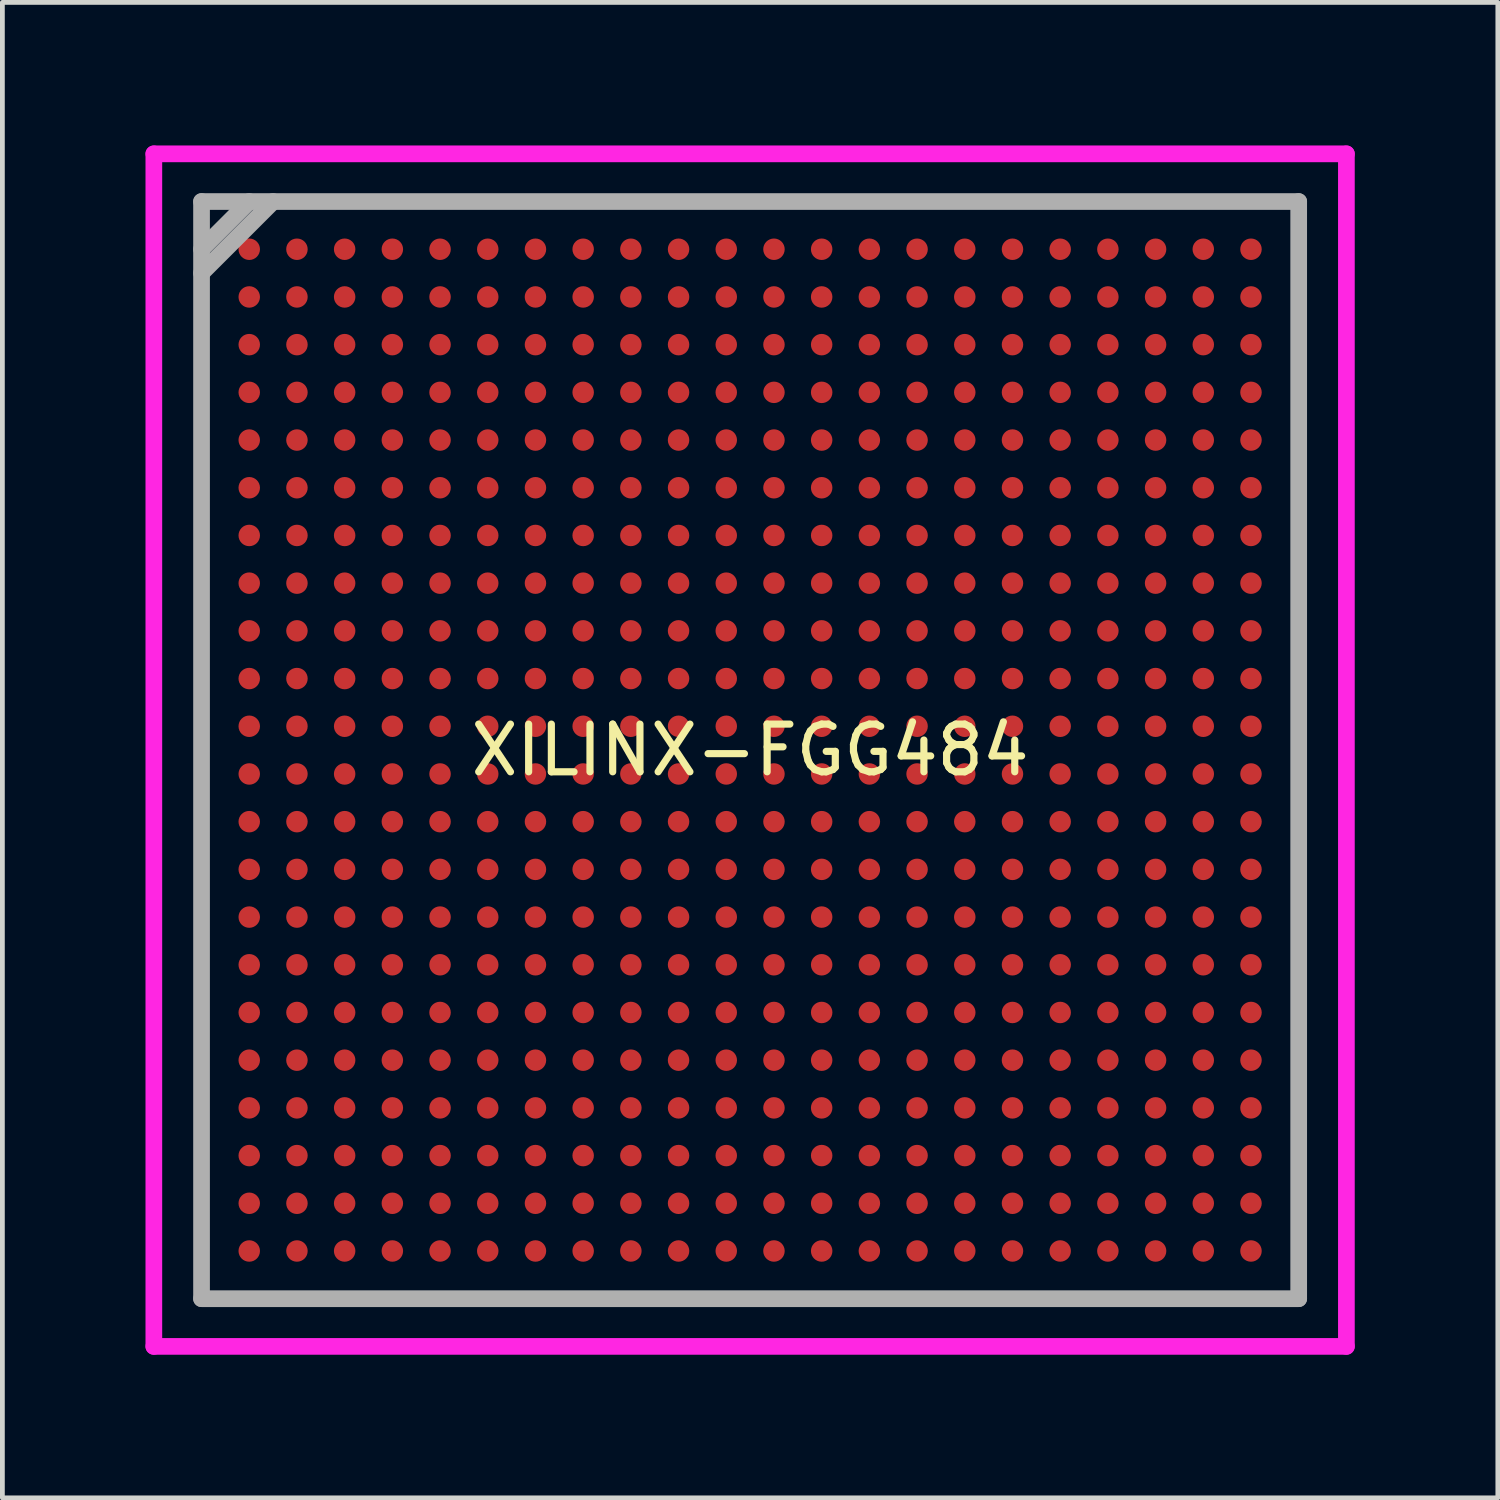
<source format=kicad_pcb>
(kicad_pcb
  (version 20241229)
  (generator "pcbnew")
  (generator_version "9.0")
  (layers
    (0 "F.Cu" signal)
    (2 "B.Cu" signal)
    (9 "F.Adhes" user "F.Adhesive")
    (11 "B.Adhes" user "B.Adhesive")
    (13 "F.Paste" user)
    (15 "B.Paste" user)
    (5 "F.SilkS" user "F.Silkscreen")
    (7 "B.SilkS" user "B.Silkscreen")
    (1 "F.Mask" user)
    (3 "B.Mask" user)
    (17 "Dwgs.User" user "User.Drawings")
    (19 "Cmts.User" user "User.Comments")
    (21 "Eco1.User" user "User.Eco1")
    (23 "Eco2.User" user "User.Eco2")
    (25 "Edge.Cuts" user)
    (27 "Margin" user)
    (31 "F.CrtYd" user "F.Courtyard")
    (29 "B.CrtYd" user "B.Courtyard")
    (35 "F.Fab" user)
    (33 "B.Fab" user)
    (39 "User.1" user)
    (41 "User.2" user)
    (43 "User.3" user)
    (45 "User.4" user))
  (footprint "XILINX-FGG484"
    (layer "F.Cu")
    (at 12.675 12.675)
    (property "Reference" "XILINX-FGG484" (at 0 0 0) (layer "F.SilkS") (effects (font (size 1 1) (thickness 0.15))))
    (attr smd)
    (fp_line (start -12.5 -12.5) (end 12.5 -12.5) (stroke (width 0.35) (type solid)) (layer "F.CrtYd"))
    (fp_line (start -12.5 12.5) (end -12.5 -12.5) (stroke (width 0.35) (type solid)) (layer "F.CrtYd"))
    (fp_line (start 12.5 -12.5) (end 12.5 12.5) (stroke (width 0.35) (type solid)) (layer "F.CrtYd"))
    (fp_line (start 12.5 12.5) (end -12.5 12.5) (stroke (width 0.35) (type solid)) (layer "F.CrtYd"))
    (fp_line (start -11.5 -11.5) (end 11.5 -11.5) (stroke (width 0.35) (type solid)) (layer "F.Fab"))
    (fp_line (start -11.5 -10.5) (end -10.5 -11.5) (stroke (width 0.35) (type solid)) (layer "F.Fab"))
    (fp_line (start -11.5 11.5) (end -11.5 -11.5) (stroke (width 0.35) (type solid)) (layer "F.Fab"))
    (fp_line (start -10 -11.5) (end -11.5 -10) (stroke (width 0.35) (type solid)) (layer "F.Fab"))
    (fp_line (start 11.5 -11.5) (end 11.5 11.5) (stroke (width 0.35) (type solid)) (layer "F.Fab"))
    (fp_line (start 11.5 11.5) (end -11.5 11.5) (stroke (width 0.35) (type solid)) (layer "F.Fab"))
    (pad "A1" smd circle (at -10.5 -10.5) (size 0.45 0.45) (layers "F.Cu" "F.Mask" "F.Paste"))
    (pad "A2" smd circle (at -9.5 -10.5) (size 0.45 0.45) (layers "F.Cu" "F.Mask" "F.Paste"))
    (pad "A3" smd circle (at -8.5 -10.5) (size 0.45 0.45) (layers "F.Cu" "F.Mask" "F.Paste"))
    (pad "A4" smd circle (at -7.5 -10.5) (size 0.45 0.45) (layers "F.Cu" "F.Mask" "F.Paste"))
    (pad "A5" smd circle (at -6.5 -10.5) (size 0.45 0.45) (layers "F.Cu" "F.Mask" "F.Paste"))
    (pad "A6" smd circle (at -5.5 -10.5) (size 0.45 0.45) (layers "F.Cu" "F.Mask" "F.Paste"))
    (pad "A7" smd circle (at -4.5 -10.5) (size 0.45 0.45) (layers "F.Cu" "F.Mask" "F.Paste"))
    (pad "A8" smd circle (at -3.5 -10.5) (size 0.45 0.45) (layers "F.Cu" "F.Mask" "F.Paste"))
    (pad "A9" smd circle (at -2.5 -10.5) (size 0.45 0.45) (layers "F.Cu" "F.Mask" "F.Paste"))
    (pad "A10" smd circle (at -1.5 -10.5) (size 0.45 0.45) (layers "F.Cu" "F.Mask" "F.Paste"))
    (pad "A11" smd circle (at -0.5 -10.5) (size 0.45 0.45) (layers "F.Cu" "F.Mask" "F.Paste"))
    (pad "A12" smd circle (at 0.5 -10.5) (size 0.45 0.45) (layers "F.Cu" "F.Mask" "F.Paste"))
    (pad "A13" smd circle (at 1.5 -10.5) (size 0.45 0.45) (layers "F.Cu" "F.Mask" "F.Paste"))
    (pad "A14" smd circle (at 2.5 -10.5) (size 0.45 0.45) (layers "F.Cu" "F.Mask" "F.Paste"))
    (pad "A15" smd circle (at 3.5 -10.5) (size 0.45 0.45) (layers "F.Cu" "F.Mask" "F.Paste"))
    (pad "A16" smd circle (at 4.5 -10.5) (size 0.45 0.45) (layers "F.Cu" "F.Mask" "F.Paste"))
    (pad "A17" smd circle (at 5.5 -10.5) (size 0.45 0.45) (layers "F.Cu" "F.Mask" "F.Paste"))
    (pad "A18" smd circle (at 6.5 -10.5) (size 0.45 0.45) (layers "F.Cu" "F.Mask" "F.Paste"))
    (pad "A19" smd circle (at 7.5 -10.5) (size 0.45 0.45) (layers "F.Cu" "F.Mask" "F.Paste"))
    (pad "A20" smd circle (at 8.5 -10.5) (size 0.45 0.45) (layers "F.Cu" "F.Mask" "F.Paste"))
    (pad "A21" smd circle (at 9.5 -10.5) (size 0.45 0.45) (layers "F.Cu" "F.Mask" "F.Paste"))
    (pad "A22" smd circle (at 10.5 -10.5) (size 0.45 0.45) (layers "F.Cu" "F.Mask" "F.Paste"))
    (pad "AA1" smd circle (at -10.5 9.5) (size 0.45 0.45) (layers "F.Cu" "F.Mask" "F.Paste"))
    (pad "AA2" smd circle (at -9.5 9.5) (size 0.45 0.45) (layers "F.Cu" "F.Mask" "F.Paste"))
    (pad "AA3" smd circle (at -8.5 9.5) (size 0.45 0.45) (layers "F.Cu" "F.Mask" "F.Paste"))
    (pad "AA4" smd circle (at -7.5 9.5) (size 0.45 0.45) (layers "F.Cu" "F.Mask" "F.Paste"))
    (pad "AA5" smd circle (at -6.5 9.5) (size 0.45 0.45) (layers "F.Cu" "F.Mask" "F.Paste"))
    (pad "AA6" smd circle (at -5.5 9.5) (size 0.45 0.45) (layers "F.Cu" "F.Mask" "F.Paste"))
    (pad "AA7" smd circle (at -4.5 9.5) (size 0.45 0.45) (layers "F.Cu" "F.Mask" "F.Paste"))
    (pad "AA8" smd circle (at -3.5 9.5) (size 0.45 0.45) (layers "F.Cu" "F.Mask" "F.Paste"))
    (pad "AA9" smd circle (at -2.5 9.5) (size 0.45 0.45) (layers "F.Cu" "F.Mask" "F.Paste"))
    (pad "AA10" smd circle (at -1.5 9.5) (size 0.45 0.45) (layers "F.Cu" "F.Mask" "F.Paste"))
    (pad "AA11" smd circle (at -0.5 9.5) (size 0.45 0.45) (layers "F.Cu" "F.Mask" "F.Paste"))
    (pad "AA12" smd circle (at 0.5 9.5) (size 0.45 0.45) (layers "F.Cu" "F.Mask" "F.Paste"))
    (pad "AA13" smd circle (at 1.5 9.5) (size 0.45 0.45) (layers "F.Cu" "F.Mask" "F.Paste"))
    (pad "AA14" smd circle (at 2.5 9.5) (size 0.45 0.45) (layers "F.Cu" "F.Mask" "F.Paste"))
    (pad "AA15" smd circle (at 3.5 9.5) (size 0.45 0.45) (layers "F.Cu" "F.Mask" "F.Paste"))
    (pad "AA16" smd circle (at 4.5 9.5) (size 0.45 0.45) (layers "F.Cu" "F.Mask" "F.Paste"))
    (pad "AA17" smd circle (at 5.5 9.5) (size 0.45 0.45) (layers "F.Cu" "F.Mask" "F.Paste"))
    (pad "AA18" smd circle (at 6.5 9.5) (size 0.45 0.45) (layers "F.Cu" "F.Mask" "F.Paste"))
    (pad "AA19" smd circle (at 7.5 9.5) (size 0.45 0.45) (layers "F.Cu" "F.Mask" "F.Paste"))
    (pad "AA20" smd circle (at 8.5 9.5) (size 0.45 0.45) (layers "F.Cu" "F.Mask" "F.Paste"))
    (pad "AA21" smd circle (at 9.5 9.5) (size 0.45 0.45) (layers "F.Cu" "F.Mask" "F.Paste"))
    (pad "AA22" smd circle (at 10.5 9.5) (size 0.45 0.45) (layers "F.Cu" "F.Mask" "F.Paste"))
    (pad "AB1" smd circle (at -10.5 10.5) (size 0.45 0.45) (layers "F.Cu" "F.Mask" "F.Paste"))
    (pad "AB2" smd circle (at -9.5 10.5) (size 0.45 0.45) (layers "F.Cu" "F.Mask" "F.Paste"))
    (pad "AB3" smd circle (at -8.5 10.5) (size 0.45 0.45) (layers "F.Cu" "F.Mask" "F.Paste"))
    (pad "AB4" smd circle (at -7.5 10.5) (size 0.45 0.45) (layers "F.Cu" "F.Mask" "F.Paste"))
    (pad "AB5" smd circle (at -6.5 10.5) (size 0.45 0.45) (layers "F.Cu" "F.Mask" "F.Paste"))
    (pad "AB6" smd circle (at -5.5 10.5) (size 0.45 0.45) (layers "F.Cu" "F.Mask" "F.Paste"))
    (pad "AB7" smd circle (at -4.5 10.5) (size 0.45 0.45) (layers "F.Cu" "F.Mask" "F.Paste"))
    (pad "AB8" smd circle (at -3.5 10.5) (size 0.45 0.45) (layers "F.Cu" "F.Mask" "F.Paste"))
    (pad "AB9" smd circle (at -2.5 10.5) (size 0.45 0.45) (layers "F.Cu" "F.Mask" "F.Paste"))
    (pad "AB10" smd circle (at -1.5 10.5) (size 0.45 0.45) (layers "F.Cu" "F.Mask" "F.Paste"))
    (pad "AB11" smd circle (at -0.5 10.5) (size 0.45 0.45) (layers "F.Cu" "F.Mask" "F.Paste"))
    (pad "AB12" smd circle (at 0.5 10.5) (size 0.45 0.45) (layers "F.Cu" "F.Mask" "F.Paste"))
    (pad "AB13" smd circle (at 1.5 10.5) (size 0.45 0.45) (layers "F.Cu" "F.Mask" "F.Paste"))
    (pad "AB14" smd circle (at 2.5 10.5) (size 0.45 0.45) (layers "F.Cu" "F.Mask" "F.Paste"))
    (pad "AB15" smd circle (at 3.5 10.5) (size 0.45 0.45) (layers "F.Cu" "F.Mask" "F.Paste"))
    (pad "AB16" smd circle (at 4.5 10.5) (size 0.45 0.45) (layers "F.Cu" "F.Mask" "F.Paste"))
    (pad "AB17" smd circle (at 5.5 10.5) (size 0.45 0.45) (layers "F.Cu" "F.Mask" "F.Paste"))
    (pad "AB18" smd circle (at 6.5 10.5) (size 0.45 0.45) (layers "F.Cu" "F.Mask" "F.Paste"))
    (pad "AB19" smd circle (at 7.5 10.5) (size 0.45 0.45) (layers "F.Cu" "F.Mask" "F.Paste"))
    (pad "AB20" smd circle (at 8.5 10.5) (size 0.45 0.45) (layers "F.Cu" "F.Mask" "F.Paste"))
    (pad "AB21" smd circle (at 9.5 10.5) (size 0.45 0.45) (layers "F.Cu" "F.Mask" "F.Paste"))
    (pad "AB22" smd circle (at 10.5 10.5) (size 0.45 0.45) (layers "F.Cu" "F.Mask" "F.Paste"))
    (pad "B1" smd circle (at -10.5 -9.5) (size 0.45 0.45) (layers "F.Cu" "F.Mask" "F.Paste"))
    (pad "B2" smd circle (at -9.5 -9.5) (size 0.45 0.45) (layers "F.Cu" "F.Mask" "F.Paste"))
    (pad "B3" smd circle (at -8.5 -9.5) (size 0.45 0.45) (layers "F.Cu" "F.Mask" "F.Paste"))
    (pad "B4" smd circle (at -7.5 -9.5) (size 0.45 0.45) (layers "F.Cu" "F.Mask" "F.Paste"))
    (pad "B5" smd circle (at -6.5 -9.5) (size 0.45 0.45) (layers "F.Cu" "F.Mask" "F.Paste"))
    (pad "B6" smd circle (at -5.5 -9.5) (size 0.45 0.45) (layers "F.Cu" "F.Mask" "F.Paste"))
    (pad "B7" smd circle (at -4.5 -9.5) (size 0.45 0.45) (layers "F.Cu" "F.Mask" "F.Paste"))
    (pad "B8" smd circle (at -3.5 -9.5) (size 0.45 0.45) (layers "F.Cu" "F.Mask" "F.Paste"))
    (pad "B9" smd circle (at -2.5 -9.5) (size 0.45 0.45) (layers "F.Cu" "F.Mask" "F.Paste"))
    (pad "B10" smd circle (at -1.5 -9.5) (size 0.45 0.45) (layers "F.Cu" "F.Mask" "F.Paste"))
    (pad "B11" smd circle (at -0.5 -9.5) (size 0.45 0.45) (layers "F.Cu" "F.Mask" "F.Paste"))
    (pad "B12" smd circle (at 0.5 -9.5) (size 0.45 0.45) (layers "F.Cu" "F.Mask" "F.Paste"))
    (pad "B13" smd circle (at 1.5 -9.5) (size 0.45 0.45) (layers "F.Cu" "F.Mask" "F.Paste"))
    (pad "B14" smd circle (at 2.5 -9.5) (size 0.45 0.45) (layers "F.Cu" "F.Mask" "F.Paste"))
    (pad "B15" smd circle (at 3.5 -9.5) (size 0.45 0.45) (layers "F.Cu" "F.Mask" "F.Paste"))
    (pad "B16" smd circle (at 4.5 -9.5) (size 0.45 0.45) (layers "F.Cu" "F.Mask" "F.Paste"))
    (pad "B17" smd circle (at 5.5 -9.5) (size 0.45 0.45) (layers "F.Cu" "F.Mask" "F.Paste"))
    (pad "B18" smd circle (at 6.5 -9.5) (size 0.45 0.45) (layers "F.Cu" "F.Mask" "F.Paste"))
    (pad "B19" smd circle (at 7.5 -9.5) (size 0.45 0.45) (layers "F.Cu" "F.Mask" "F.Paste"))
    (pad "B20" smd circle (at 8.5 -9.5) (size 0.45 0.45) (layers "F.Cu" "F.Mask" "F.Paste"))
    (pad "B21" smd circle (at 9.5 -9.5) (size 0.45 0.45) (layers "F.Cu" "F.Mask" "F.Paste"))
    (pad "B22" smd circle (at 10.5 -9.5) (size 0.45 0.45) (layers "F.Cu" "F.Mask" "F.Paste"))
    (pad "C1" smd circle (at -10.5 -8.5) (size 0.45 0.45) (layers "F.Cu" "F.Mask" "F.Paste"))
    (pad "C2" smd circle (at -9.5 -8.5) (size 0.45 0.45) (layers "F.Cu" "F.Mask" "F.Paste"))
    (pad "C3" smd circle (at -8.5 -8.5) (size 0.45 0.45) (layers "F.Cu" "F.Mask" "F.Paste"))
    (pad "C4" smd circle (at -7.5 -8.5) (size 0.45 0.45) (layers "F.Cu" "F.Mask" "F.Paste"))
    (pad "C5" smd circle (at -6.5 -8.5) (size 0.45 0.45) (layers "F.Cu" "F.Mask" "F.Paste"))
    (pad "C6" smd circle (at -5.5 -8.5) (size 0.45 0.45) (layers "F.Cu" "F.Mask" "F.Paste"))
    (pad "C7" smd circle (at -4.5 -8.5) (size 0.45 0.45) (layers "F.Cu" "F.Mask" "F.Paste"))
    (pad "C8" smd circle (at -3.5 -8.5) (size 0.45 0.45) (layers "F.Cu" "F.Mask" "F.Paste"))
    (pad "C9" smd circle (at -2.5 -8.5) (size 0.45 0.45) (layers "F.Cu" "F.Mask" "F.Paste"))
    (pad "C10" smd circle (at -1.5 -8.5) (size 0.45 0.45) (layers "F.Cu" "F.Mask" "F.Paste"))
    (pad "C11" smd circle (at -0.5 -8.5) (size 0.45 0.45) (layers "F.Cu" "F.Mask" "F.Paste"))
    (pad "C12" smd circle (at 0.5 -8.5) (size 0.45 0.45) (layers "F.Cu" "F.Mask" "F.Paste"))
    (pad "C13" smd circle (at 1.5 -8.5) (size 0.45 0.45) (layers "F.Cu" "F.Mask" "F.Paste"))
    (pad "C14" smd circle (at 2.5 -8.5) (size 0.45 0.45) (layers "F.Cu" "F.Mask" "F.Paste"))
    (pad "C15" smd circle (at 3.5 -8.5) (size 0.45 0.45) (layers "F.Cu" "F.Mask" "F.Paste"))
    (pad "C16" smd circle (at 4.5 -8.5) (size 0.45 0.45) (layers "F.Cu" "F.Mask" "F.Paste"))
    (pad "C17" smd circle (at 5.5 -8.5) (size 0.45 0.45) (layers "F.Cu" "F.Mask" "F.Paste"))
    (pad "C18" smd circle (at 6.5 -8.5) (size 0.45 0.45) (layers "F.Cu" "F.Mask" "F.Paste"))
    (pad "C19" smd circle (at 7.5 -8.5) (size 0.45 0.45) (layers "F.Cu" "F.Mask" "F.Paste"))
    (pad "C20" smd circle (at 8.5 -8.5) (size 0.45 0.45) (layers "F.Cu" "F.Mask" "F.Paste"))
    (pad "C21" smd circle (at 9.5 -8.5) (size 0.45 0.45) (layers "F.Cu" "F.Mask" "F.Paste"))
    (pad "C22" smd circle (at 10.5 -8.5) (size 0.45 0.45) (layers "F.Cu" "F.Mask" "F.Paste"))
    (pad "D1" smd circle (at -10.5 -7.5) (size 0.45 0.45) (layers "F.Cu" "F.Mask" "F.Paste"))
    (pad "D2" smd circle (at -9.5 -7.5) (size 0.45 0.45) (layers "F.Cu" "F.Mask" "F.Paste"))
    (pad "D3" smd circle (at -8.5 -7.5) (size 0.45 0.45) (layers "F.Cu" "F.Mask" "F.Paste"))
    (pad "D4" smd circle (at -7.5 -7.5) (size 0.45 0.45) (layers "F.Cu" "F.Mask" "F.Paste"))
    (pad "D5" smd circle (at -6.5 -7.5) (size 0.45 0.45) (layers "F.Cu" "F.Mask" "F.Paste"))
    (pad "D6" smd circle (at -5.5 -7.5) (size 0.45 0.45) (layers "F.Cu" "F.Mask" "F.Paste"))
    (pad "D7" smd circle (at -4.5 -7.5) (size 0.45 0.45) (layers "F.Cu" "F.Mask" "F.Paste"))
    (pad "D8" smd circle (at -3.5 -7.5) (size 0.45 0.45) (layers "F.Cu" "F.Mask" "F.Paste"))
    (pad "D9" smd circle (at -2.5 -7.5) (size 0.45 0.45) (layers "F.Cu" "F.Mask" "F.Paste"))
    (pad "D10" smd circle (at -1.5 -7.5) (size 0.45 0.45) (layers "F.Cu" "F.Mask" "F.Paste"))
    (pad "D11" smd circle (at -0.5 -7.5) (size 0.45 0.45) (layers "F.Cu" "F.Mask" "F.Paste"))
    (pad "D12" smd circle (at 0.5 -7.5) (size 0.45 0.45) (layers "F.Cu" "F.Mask" "F.Paste"))
    (pad "D13" smd circle (at 1.5 -7.5) (size 0.45 0.45) (layers "F.Cu" "F.Mask" "F.Paste"))
    (pad "D14" smd circle (at 2.5 -7.5) (size 0.45 0.45) (layers "F.Cu" "F.Mask" "F.Paste"))
    (pad "D15" smd circle (at 3.5 -7.5) (size 0.45 0.45) (layers "F.Cu" "F.Mask" "F.Paste"))
    (pad "D16" smd circle (at 4.5 -7.5) (size 0.45 0.45) (layers "F.Cu" "F.Mask" "F.Paste"))
    (pad "D17" smd circle (at 5.5 -7.5) (size 0.45 0.45) (layers "F.Cu" "F.Mask" "F.Paste"))
    (pad "D18" smd circle (at 6.5 -7.5) (size 0.45 0.45) (layers "F.Cu" "F.Mask" "F.Paste"))
    (pad "D19" smd circle (at 7.5 -7.5) (size 0.45 0.45) (layers "F.Cu" "F.Mask" "F.Paste"))
    (pad "D20" smd circle (at 8.5 -7.5) (size 0.45 0.45) (layers "F.Cu" "F.Mask" "F.Paste"))
    (pad "D21" smd circle (at 9.5 -7.5) (size 0.45 0.45) (layers "F.Cu" "F.Mask" "F.Paste"))
    (pad "D22" smd circle (at 10.5 -7.5) (size 0.45 0.45) (layers "F.Cu" "F.Mask" "F.Paste"))
    (pad "E1" smd circle (at -10.5 -6.5) (size 0.45 0.45) (layers "F.Cu" "F.Mask" "F.Paste"))
    (pad "E2" smd circle (at -9.5 -6.5) (size 0.45 0.45) (layers "F.Cu" "F.Mask" "F.Paste"))
    (pad "E3" smd circle (at -8.5 -6.5) (size 0.45 0.45) (layers "F.Cu" "F.Mask" "F.Paste"))
    (pad "E4" smd circle (at -7.5 -6.5) (size 0.45 0.45) (layers "F.Cu" "F.Mask" "F.Paste"))
    (pad "E5" smd circle (at -6.5 -6.5) (size 0.45 0.45) (layers "F.Cu" "F.Mask" "F.Paste"))
    (pad "E6" smd circle (at -5.5 -6.5) (size 0.45 0.45) (layers "F.Cu" "F.Mask" "F.Paste"))
    (pad "E7" smd circle (at -4.5 -6.5) (size 0.45 0.45) (layers "F.Cu" "F.Mask" "F.Paste"))
    (pad "E8" smd circle (at -3.5 -6.5) (size 0.45 0.45) (layers "F.Cu" "F.Mask" "F.Paste"))
    (pad "E9" smd circle (at -2.5 -6.5) (size 0.45 0.45) (layers "F.Cu" "F.Mask" "F.Paste"))
    (pad "E10" smd circle (at -1.5 -6.5) (size 0.45 0.45) (layers "F.Cu" "F.Mask" "F.Paste"))
    (pad "E11" smd circle (at -0.5 -6.5) (size 0.45 0.45) (layers "F.Cu" "F.Mask" "F.Paste"))
    (pad "E12" smd circle (at 0.5 -6.5) (size 0.45 0.45) (layers "F.Cu" "F.Mask" "F.Paste"))
    (pad "E13" smd circle (at 1.5 -6.5) (size 0.45 0.45) (layers "F.Cu" "F.Mask" "F.Paste"))
    (pad "E14" smd circle (at 2.5 -6.5) (size 0.45 0.45) (layers "F.Cu" "F.Mask" "F.Paste"))
    (pad "E15" smd circle (at 3.5 -6.5) (size 0.45 0.45) (layers "F.Cu" "F.Mask" "F.Paste"))
    (pad "E16" smd circle (at 4.5 -6.5) (size 0.45 0.45) (layers "F.Cu" "F.Mask" "F.Paste"))
    (pad "E17" smd circle (at 5.5 -6.5) (size 0.45 0.45) (layers "F.Cu" "F.Mask" "F.Paste"))
    (pad "E18" smd circle (at 6.5 -6.5) (size 0.45 0.45) (layers "F.Cu" "F.Mask" "F.Paste"))
    (pad "E19" smd circle (at 7.5 -6.5) (size 0.45 0.45) (layers "F.Cu" "F.Mask" "F.Paste"))
    (pad "E20" smd circle (at 8.5 -6.5) (size 0.45 0.45) (layers "F.Cu" "F.Mask" "F.Paste"))
    (pad "E21" smd circle (at 9.5 -6.5) (size 0.45 0.45) (layers "F.Cu" "F.Mask" "F.Paste"))
    (pad "E22" smd circle (at 10.5 -6.5) (size 0.45 0.45) (layers "F.Cu" "F.Mask" "F.Paste"))
    (pad "F1" smd circle (at -10.5 -5.5) (size 0.45 0.45) (layers "F.Cu" "F.Mask" "F.Paste"))
    (pad "F2" smd circle (at -9.5 -5.5) (size 0.45 0.45) (layers "F.Cu" "F.Mask" "F.Paste"))
    (pad "F3" smd circle (at -8.5 -5.5) (size 0.45 0.45) (layers "F.Cu" "F.Mask" "F.Paste"))
    (pad "F4" smd circle (at -7.5 -5.5) (size 0.45 0.45) (layers "F.Cu" "F.Mask" "F.Paste"))
    (pad "F5" smd circle (at -6.5 -5.5) (size 0.45 0.45) (layers "F.Cu" "F.Mask" "F.Paste"))
    (pad "F6" smd circle (at -5.5 -5.5) (size 0.45 0.45) (layers "F.Cu" "F.Mask" "F.Paste"))
    (pad "F7" smd circle (at -4.5 -5.5) (size 0.45 0.45) (layers "F.Cu" "F.Mask" "F.Paste"))
    (pad "F8" smd circle (at -3.5 -5.5) (size 0.45 0.45) (layers "F.Cu" "F.Mask" "F.Paste"))
    (pad "F9" smd circle (at -2.5 -5.5) (size 0.45 0.45) (layers "F.Cu" "F.Mask" "F.Paste"))
    (pad "F10" smd circle (at -1.5 -5.5) (size 0.45 0.45) (layers "F.Cu" "F.Mask" "F.Paste"))
    (pad "F11" smd circle (at -0.5 -5.5) (size 0.45 0.45) (layers "F.Cu" "F.Mask" "F.Paste"))
    (pad "F12" smd circle (at 0.5 -5.5) (size 0.45 0.45) (layers "F.Cu" "F.Mask" "F.Paste"))
    (pad "F13" smd circle (at 1.5 -5.5) (size 0.45 0.45) (layers "F.Cu" "F.Mask" "F.Paste"))
    (pad "F14" smd circle (at 2.5 -5.5) (size 0.45 0.45) (layers "F.Cu" "F.Mask" "F.Paste"))
    (pad "F15" smd circle (at 3.5 -5.5) (size 0.45 0.45) (layers "F.Cu" "F.Mask" "F.Paste"))
    (pad "F16" smd circle (at 4.5 -5.5) (size 0.45 0.45) (layers "F.Cu" "F.Mask" "F.Paste"))
    (pad "F17" smd circle (at 5.5 -5.5) (size 0.45 0.45) (layers "F.Cu" "F.Mask" "F.Paste"))
    (pad "F18" smd circle (at 6.5 -5.5) (size 0.45 0.45) (layers "F.Cu" "F.Mask" "F.Paste"))
    (pad "F19" smd circle (at 7.5 -5.5) (size 0.45 0.45) (layers "F.Cu" "F.Mask" "F.Paste"))
    (pad "F20" smd circle (at 8.5 -5.5) (size 0.45 0.45) (layers "F.Cu" "F.Mask" "F.Paste"))
    (pad "F21" smd circle (at 9.5 -5.5) (size 0.45 0.45) (layers "F.Cu" "F.Mask" "F.Paste"))
    (pad "F22" smd circle (at 10.5 -5.5) (size 0.45 0.45) (layers "F.Cu" "F.Mask" "F.Paste"))
    (pad "G1" smd circle (at -10.5 -4.5) (size 0.45 0.45) (layers "F.Cu" "F.Mask" "F.Paste"))
    (pad "G2" smd circle (at -9.5 -4.5) (size 0.45 0.45) (layers "F.Cu" "F.Mask" "F.Paste"))
    (pad "G3" smd circle (at -8.5 -4.5) (size 0.45 0.45) (layers "F.Cu" "F.Mask" "F.Paste"))
    (pad "G4" smd circle (at -7.5 -4.5) (size 0.45 0.45) (layers "F.Cu" "F.Mask" "F.Paste"))
    (pad "G5" smd circle (at -6.5 -4.5) (size 0.45 0.45) (layers "F.Cu" "F.Mask" "F.Paste"))
    (pad "G6" smd circle (at -5.5 -4.5) (size 0.45 0.45) (layers "F.Cu" "F.Mask" "F.Paste"))
    (pad "G7" smd circle (at -4.5 -4.5) (size 0.45 0.45) (layers "F.Cu" "F.Mask" "F.Paste"))
    (pad "G8" smd circle (at -3.5 -4.5) (size 0.45 0.45) (layers "F.Cu" "F.Mask" "F.Paste"))
    (pad "G9" smd circle (at -2.5 -4.5) (size 0.45 0.45) (layers "F.Cu" "F.Mask" "F.Paste"))
    (pad "G10" smd circle (at -1.5 -4.5) (size 0.45 0.45) (layers "F.Cu" "F.Mask" "F.Paste"))
    (pad "G11" smd circle (at -0.5 -4.5) (size 0.45 0.45) (layers "F.Cu" "F.Mask" "F.Paste"))
    (pad "G12" smd circle (at 0.5 -4.5) (size 0.45 0.45) (layers "F.Cu" "F.Mask" "F.Paste"))
    (pad "G13" smd circle (at 1.5 -4.5) (size 0.45 0.45) (layers "F.Cu" "F.Mask" "F.Paste"))
    (pad "G14" smd circle (at 2.5 -4.5) (size 0.45 0.45) (layers "F.Cu" "F.Mask" "F.Paste"))
    (pad "G15" smd circle (at 3.5 -4.5) (size 0.45 0.45) (layers "F.Cu" "F.Mask" "F.Paste"))
    (pad "G16" smd circle (at 4.5 -4.5) (size 0.45 0.45) (layers "F.Cu" "F.Mask" "F.Paste"))
    (pad "G17" smd circle (at 5.5 -4.5) (size 0.45 0.45) (layers "F.Cu" "F.Mask" "F.Paste"))
    (pad "G18" smd circle (at 6.5 -4.5) (size 0.45 0.45) (layers "F.Cu" "F.Mask" "F.Paste"))
    (pad "G19" smd circle (at 7.5 -4.5) (size 0.45 0.45) (layers "F.Cu" "F.Mask" "F.Paste"))
    (pad "G20" smd circle (at 8.5 -4.5) (size 0.45 0.45) (layers "F.Cu" "F.Mask" "F.Paste"))
    (pad "G21" smd circle (at 9.5 -4.5) (size 0.45 0.45) (layers "F.Cu" "F.Mask" "F.Paste"))
    (pad "G22" smd circle (at 10.5 -4.5) (size 0.45 0.45) (layers "F.Cu" "F.Mask" "F.Paste"))
    (pad "H1" smd circle (at -10.5 -3.5) (size 0.45 0.45) (layers "F.Cu" "F.Mask" "F.Paste"))
    (pad "H2" smd circle (at -9.5 -3.5) (size 0.45 0.45) (layers "F.Cu" "F.Mask" "F.Paste"))
    (pad "H3" smd circle (at -8.5 -3.5) (size 0.45 0.45) (layers "F.Cu" "F.Mask" "F.Paste"))
    (pad "H4" smd circle (at -7.5 -3.5) (size 0.45 0.45) (layers "F.Cu" "F.Mask" "F.Paste"))
    (pad "H5" smd circle (at -6.5 -3.5) (size 0.45 0.45) (layers "F.Cu" "F.Mask" "F.Paste"))
    (pad "H6" smd circle (at -5.5 -3.5) (size 0.45 0.45) (layers "F.Cu" "F.Mask" "F.Paste"))
    (pad "H7" smd circle (at -4.5 -3.5) (size 0.45 0.45) (layers "F.Cu" "F.Mask" "F.Paste"))
    (pad "H8" smd circle (at -3.5 -3.5) (size 0.45 0.45) (layers "F.Cu" "F.Mask" "F.Paste"))
    (pad "H9" smd circle (at -2.5 -3.5) (size 0.45 0.45) (layers "F.Cu" "F.Mask" "F.Paste"))
    (pad "H10" smd circle (at -1.5 -3.5) (size 0.45 0.45) (layers "F.Cu" "F.Mask" "F.Paste"))
    (pad "H11" smd circle (at -0.5 -3.5) (size 0.45 0.45) (layers "F.Cu" "F.Mask" "F.Paste"))
    (pad "H12" smd circle (at 0.5 -3.5) (size 0.45 0.45) (layers "F.Cu" "F.Mask" "F.Paste"))
    (pad "H13" smd circle (at 1.5 -3.5) (size 0.45 0.45) (layers "F.Cu" "F.Mask" "F.Paste"))
    (pad "H14" smd circle (at 2.5 -3.5) (size 0.45 0.45) (layers "F.Cu" "F.Mask" "F.Paste"))
    (pad "H15" smd circle (at 3.5 -3.5) (size 0.45 0.45) (layers "F.Cu" "F.Mask" "F.Paste"))
    (pad "H16" smd circle (at 4.5 -3.5) (size 0.45 0.45) (layers "F.Cu" "F.Mask" "F.Paste"))
    (pad "H17" smd circle (at 5.5 -3.5) (size 0.45 0.45) (layers "F.Cu" "F.Mask" "F.Paste"))
    (pad "H18" smd circle (at 6.5 -3.5) (size 0.45 0.45) (layers "F.Cu" "F.Mask" "F.Paste"))
    (pad "H19" smd circle (at 7.5 -3.5) (size 0.45 0.45) (layers "F.Cu" "F.Mask" "F.Paste"))
    (pad "H20" smd circle (at 8.5 -3.5) (size 0.45 0.45) (layers "F.Cu" "F.Mask" "F.Paste"))
    (pad "H21" smd circle (at 9.5 -3.5) (size 0.45 0.45) (layers "F.Cu" "F.Mask" "F.Paste"))
    (pad "H22" smd circle (at 10.5 -3.5) (size 0.45 0.45) (layers "F.Cu" "F.Mask" "F.Paste"))
    (pad "J1" smd circle (at -10.5 -2.5) (size 0.45 0.45) (layers "F.Cu" "F.Mask" "F.Paste"))
    (pad "J2" smd circle (at -9.5 -2.5) (size 0.45 0.45) (layers "F.Cu" "F.Mask" "F.Paste"))
    (pad "J3" smd circle (at -8.5 -2.5) (size 0.45 0.45) (layers "F.Cu" "F.Mask" "F.Paste"))
    (pad "J4" smd circle (at -7.5 -2.5) (size 0.45 0.45) (layers "F.Cu" "F.Mask" "F.Paste"))
    (pad "J5" smd circle (at -6.5 -2.5) (size 0.45 0.45) (layers "F.Cu" "F.Mask" "F.Paste"))
    (pad "J6" smd circle (at -5.5 -2.5) (size 0.45 0.45) (layers "F.Cu" "F.Mask" "F.Paste"))
    (pad "J7" smd circle (at -4.5 -2.5) (size 0.45 0.45) (layers "F.Cu" "F.Mask" "F.Paste"))
    (pad "J8" smd circle (at -3.5 -2.5) (size 0.45 0.45) (layers "F.Cu" "F.Mask" "F.Paste"))
    (pad "J9" smd circle (at -2.5 -2.5) (size 0.45 0.45) (layers "F.Cu" "F.Mask" "F.Paste"))
    (pad "J10" smd circle (at -1.5 -2.5) (size 0.45 0.45) (layers "F.Cu" "F.Mask" "F.Paste"))
    (pad "J11" smd circle (at -0.5 -2.5) (size 0.45 0.45) (layers "F.Cu" "F.Mask" "F.Paste"))
    (pad "J12" smd circle (at 0.5 -2.5) (size 0.45 0.45) (layers "F.Cu" "F.Mask" "F.Paste"))
    (pad "J13" smd circle (at 1.5 -2.5) (size 0.45 0.45) (layers "F.Cu" "F.Mask" "F.Paste"))
    (pad "J14" smd circle (at 2.5 -2.5) (size 0.45 0.45) (layers "F.Cu" "F.Mask" "F.Paste"))
    (pad "J15" smd circle (at 3.5 -2.5) (size 0.45 0.45) (layers "F.Cu" "F.Mask" "F.Paste"))
    (pad "J16" smd circle (at 4.5 -2.5) (size 0.45 0.45) (layers "F.Cu" "F.Mask" "F.Paste"))
    (pad "J17" smd circle (at 5.5 -2.5) (size 0.45 0.45) (layers "F.Cu" "F.Mask" "F.Paste"))
    (pad "J18" smd circle (at 6.5 -2.5) (size 0.45 0.45) (layers "F.Cu" "F.Mask" "F.Paste"))
    (pad "J19" smd circle (at 7.5 -2.5) (size 0.45 0.45) (layers "F.Cu" "F.Mask" "F.Paste"))
    (pad "J20" smd circle (at 8.5 -2.5) (size 0.45 0.45) (layers "F.Cu" "F.Mask" "F.Paste"))
    (pad "J21" smd circle (at 9.5 -2.5) (size 0.45 0.45) (layers "F.Cu" "F.Mask" "F.Paste"))
    (pad "J22" smd circle (at 10.5 -2.5) (size 0.45 0.45) (layers "F.Cu" "F.Mask" "F.Paste"))
    (pad "K1" smd circle (at -10.5 -1.5) (size 0.45 0.45) (layers "F.Cu" "F.Mask" "F.Paste"))
    (pad "K2" smd circle (at -9.5 -1.5) (size 0.45 0.45) (layers "F.Cu" "F.Mask" "F.Paste"))
    (pad "K3" smd circle (at -8.5 -1.5) (size 0.45 0.45) (layers "F.Cu" "F.Mask" "F.Paste"))
    (pad "K4" smd circle (at -7.5 -1.5) (size 0.45 0.45) (layers "F.Cu" "F.Mask" "F.Paste"))
    (pad "K5" smd circle (at -6.5 -1.5) (size 0.45 0.45) (layers "F.Cu" "F.Mask" "F.Paste"))
    (pad "K6" smd circle (at -5.5 -1.5) (size 0.45 0.45) (layers "F.Cu" "F.Mask" "F.Paste"))
    (pad "K7" smd circle (at -4.5 -1.5) (size 0.45 0.45) (layers "F.Cu" "F.Mask" "F.Paste"))
    (pad "K8" smd circle (at -3.5 -1.5) (size 0.45 0.45) (layers "F.Cu" "F.Mask" "F.Paste"))
    (pad "K9" smd circle (at -2.5 -1.5) (size 0.45 0.45) (layers "F.Cu" "F.Mask" "F.Paste"))
    (pad "K10" smd circle (at -1.5 -1.5) (size 0.45 0.45) (layers "F.Cu" "F.Mask" "F.Paste"))
    (pad "K11" smd circle (at -0.5 -1.5) (size 0.45 0.45) (layers "F.Cu" "F.Mask" "F.Paste"))
    (pad "K12" smd circle (at 0.5 -1.5) (size 0.45 0.45) (layers "F.Cu" "F.Mask" "F.Paste"))
    (pad "K13" smd circle (at 1.5 -1.5) (size 0.45 0.45) (layers "F.Cu" "F.Mask" "F.Paste"))
    (pad "K14" smd circle (at 2.5 -1.5) (size 0.45 0.45) (layers "F.Cu" "F.Mask" "F.Paste"))
    (pad "K15" smd circle (at 3.5 -1.5) (size 0.45 0.45) (layers "F.Cu" "F.Mask" "F.Paste"))
    (pad "K16" smd circle (at 4.5 -1.5) (size 0.45 0.45) (layers "F.Cu" "F.Mask" "F.Paste"))
    (pad "K17" smd circle (at 5.5 -1.5) (size 0.45 0.45) (layers "F.Cu" "F.Mask" "F.Paste"))
    (pad "K18" smd circle (at 6.5 -1.5) (size 0.45 0.45) (layers "F.Cu" "F.Mask" "F.Paste"))
    (pad "K19" smd circle (at 7.5 -1.5) (size 0.45 0.45) (layers "F.Cu" "F.Mask" "F.Paste"))
    (pad "K20" smd circle (at 8.5 -1.5) (size 0.45 0.45) (layers "F.Cu" "F.Mask" "F.Paste"))
    (pad "K21" smd circle (at 9.5 -1.5) (size 0.45 0.45) (layers "F.Cu" "F.Mask" "F.Paste"))
    (pad "K22" smd circle (at 10.5 -1.5) (size 0.45 0.45) (layers "F.Cu" "F.Mask" "F.Paste"))
    (pad "L1" smd circle (at -10.5 -0.5) (size 0.45 0.45) (layers "F.Cu" "F.Mask" "F.Paste"))
    (pad "L2" smd circle (at -9.5 -0.5) (size 0.45 0.45) (layers "F.Cu" "F.Mask" "F.Paste"))
    (pad "L3" smd circle (at -8.5 -0.5) (size 0.45 0.45) (layers "F.Cu" "F.Mask" "F.Paste"))
    (pad "L4" smd circle (at -7.5 -0.5) (size 0.45 0.45) (layers "F.Cu" "F.Mask" "F.Paste"))
    (pad "L5" smd circle (at -6.5 -0.5) (size 0.45 0.45) (layers "F.Cu" "F.Mask" "F.Paste"))
    (pad "L6" smd circle (at -5.5 -0.5) (size 0.45 0.45) (layers "F.Cu" "F.Mask" "F.Paste"))
    (pad "L7" smd circle (at -4.5 -0.5) (size 0.45 0.45) (layers "F.Cu" "F.Mask" "F.Paste"))
    (pad "L8" smd circle (at -3.5 -0.5) (size 0.45 0.45) (layers "F.Cu" "F.Mask" "F.Paste"))
    (pad "L9" smd circle (at -2.5 -0.5) (size 0.45 0.45) (layers "F.Cu" "F.Mask" "F.Paste"))
    (pad "L10" smd circle (at -1.5 -0.5) (size 0.45 0.45) (layers "F.Cu" "F.Mask" "F.Paste"))
    (pad "L11" smd circle (at -0.5 -0.5) (size 0.45 0.45) (layers "F.Cu" "F.Mask" "F.Paste"))
    (pad "L12" smd circle (at 0.5 -0.5) (size 0.45 0.45) (layers "F.Cu" "F.Mask" "F.Paste"))
    (pad "L13" smd circle (at 1.5 -0.5) (size 0.45 0.45) (layers "F.Cu" "F.Mask" "F.Paste"))
    (pad "L14" smd circle (at 2.5 -0.5) (size 0.45 0.45) (layers "F.Cu" "F.Mask" "F.Paste"))
    (pad "L15" smd circle (at 3.5 -0.5) (size 0.45 0.45) (layers "F.Cu" "F.Mask" "F.Paste"))
    (pad "L16" smd circle (at 4.5 -0.5) (size 0.45 0.45) (layers "F.Cu" "F.Mask" "F.Paste"))
    (pad "L17" smd circle (at 5.5 -0.5) (size 0.45 0.45) (layers "F.Cu" "F.Mask" "F.Paste"))
    (pad "L18" smd circle (at 6.5 -0.5) (size 0.45 0.45) (layers "F.Cu" "F.Mask" "F.Paste"))
    (pad "L19" smd circle (at 7.5 -0.5) (size 0.45 0.45) (layers "F.Cu" "F.Mask" "F.Paste"))
    (pad "L20" smd circle (at 8.5 -0.5) (size 0.45 0.45) (layers "F.Cu" "F.Mask" "F.Paste"))
    (pad "L21" smd circle (at 9.5 -0.5) (size 0.45 0.45) (layers "F.Cu" "F.Mask" "F.Paste"))
    (pad "L22" smd circle (at 10.5 -0.5) (size 0.45 0.45) (layers "F.Cu" "F.Mask" "F.Paste"))
    (pad "M1" smd circle (at -10.5 0.5) (size 0.45 0.45) (layers "F.Cu" "F.Mask" "F.Paste"))
    (pad "M2" smd circle (at -9.5 0.5) (size 0.45 0.45) (layers "F.Cu" "F.Mask" "F.Paste"))
    (pad "M3" smd circle (at -8.5 0.5) (size 0.45 0.45) (layers "F.Cu" "F.Mask" "F.Paste"))
    (pad "M4" smd circle (at -7.5 0.5) (size 0.45 0.45) (layers "F.Cu" "F.Mask" "F.Paste"))
    (pad "M5" smd circle (at -6.5 0.5) (size 0.45 0.45) (layers "F.Cu" "F.Mask" "F.Paste"))
    (pad "M6" smd circle (at -5.5 0.5) (size 0.45 0.45) (layers "F.Cu" "F.Mask" "F.Paste"))
    (pad "M7" smd circle (at -4.5 0.5) (size 0.45 0.45) (layers "F.Cu" "F.Mask" "F.Paste"))
    (pad "M8" smd circle (at -3.5 0.5) (size 0.45 0.45) (layers "F.Cu" "F.Mask" "F.Paste"))
    (pad "M9" smd circle (at -2.5 0.5) (size 0.45 0.45) (layers "F.Cu" "F.Mask" "F.Paste"))
    (pad "M10" smd circle (at -1.5 0.5) (size 0.45 0.45) (layers "F.Cu" "F.Mask" "F.Paste"))
    (pad "M11" smd circle (at -0.5 0.5) (size 0.45 0.45) (layers "F.Cu" "F.Mask" "F.Paste"))
    (pad "M12" smd circle (at 0.5 0.5) (size 0.45 0.45) (layers "F.Cu" "F.Mask" "F.Paste"))
    (pad "M13" smd circle (at 1.5 0.5) (size 0.45 0.45) (layers "F.Cu" "F.Mask" "F.Paste"))
    (pad "M14" smd circle (at 2.5 0.5) (size 0.45 0.45) (layers "F.Cu" "F.Mask" "F.Paste"))
    (pad "M15" smd circle (at 3.5 0.5) (size 0.45 0.45) (layers "F.Cu" "F.Mask" "F.Paste"))
    (pad "M16" smd circle (at 4.5 0.5) (size 0.45 0.45) (layers "F.Cu" "F.Mask" "F.Paste"))
    (pad "M17" smd circle (at 5.5 0.5) (size 0.45 0.45) (layers "F.Cu" "F.Mask" "F.Paste"))
    (pad "M18" smd circle (at 6.5 0.5) (size 0.45 0.45) (layers "F.Cu" "F.Mask" "F.Paste"))
    (pad "M19" smd circle (at 7.5 0.5) (size 0.45 0.45) (layers "F.Cu" "F.Mask" "F.Paste"))
    (pad "M20" smd circle (at 8.5 0.5) (size 0.45 0.45) (layers "F.Cu" "F.Mask" "F.Paste"))
    (pad "M21" smd circle (at 9.5 0.5) (size 0.45 0.45) (layers "F.Cu" "F.Mask" "F.Paste"))
    (pad "M22" smd circle (at 10.5 0.5) (size 0.45 0.45) (layers "F.Cu" "F.Mask" "F.Paste"))
    (pad "N1" smd circle (at -10.5 1.5) (size 0.45 0.45) (layers "F.Cu" "F.Mask" "F.Paste"))
    (pad "N2" smd circle (at -9.5 1.5) (size 0.45 0.45) (layers "F.Cu" "F.Mask" "F.Paste"))
    (pad "N3" smd circle (at -8.5 1.5) (size 0.45 0.45) (layers "F.Cu" "F.Mask" "F.Paste"))
    (pad "N4" smd circle (at -7.5 1.5) (size 0.45 0.45) (layers "F.Cu" "F.Mask" "F.Paste"))
    (pad "N5" smd circle (at -6.5 1.5) (size 0.45 0.45) (layers "F.Cu" "F.Mask" "F.Paste"))
    (pad "N6" smd circle (at -5.5 1.5) (size 0.45 0.45) (layers "F.Cu" "F.Mask" "F.Paste"))
    (pad "N7" smd circle (at -4.5 1.5) (size 0.45 0.45) (layers "F.Cu" "F.Mask" "F.Paste"))
    (pad "N8" smd circle (at -3.5 1.5) (size 0.45 0.45) (layers "F.Cu" "F.Mask" "F.Paste"))
    (pad "N9" smd circle (at -2.5 1.5) (size 0.45 0.45) (layers "F.Cu" "F.Mask" "F.Paste"))
    (pad "N10" smd circle (at -1.5 1.5) (size 0.45 0.45) (layers "F.Cu" "F.Mask" "F.Paste"))
    (pad "N11" smd circle (at -0.5 1.5) (size 0.45 0.45) (layers "F.Cu" "F.Mask" "F.Paste"))
    (pad "N12" smd circle (at 0.5 1.5) (size 0.45 0.45) (layers "F.Cu" "F.Mask" "F.Paste"))
    (pad "N13" smd circle (at 1.5 1.5) (size 0.45 0.45) (layers "F.Cu" "F.Mask" "F.Paste"))
    (pad "N14" smd circle (at 2.5 1.5) (size 0.45 0.45) (layers "F.Cu" "F.Mask" "F.Paste"))
    (pad "N15" smd circle (at 3.5 1.5) (size 0.45 0.45) (layers "F.Cu" "F.Mask" "F.Paste"))
    (pad "N16" smd circle (at 4.5 1.5) (size 0.45 0.45) (layers "F.Cu" "F.Mask" "F.Paste"))
    (pad "N17" smd circle (at 5.5 1.5) (size 0.45 0.45) (layers "F.Cu" "F.Mask" "F.Paste"))
    (pad "N18" smd circle (at 6.5 1.5) (size 0.45 0.45) (layers "F.Cu" "F.Mask" "F.Paste"))
    (pad "N19" smd circle (at 7.5 1.5) (size 0.45 0.45) (layers "F.Cu" "F.Mask" "F.Paste"))
    (pad "N20" smd circle (at 8.5 1.5) (size 0.45 0.45) (layers "F.Cu" "F.Mask" "F.Paste"))
    (pad "N21" smd circle (at 9.5 1.5) (size 0.45 0.45) (layers "F.Cu" "F.Mask" "F.Paste"))
    (pad "N22" smd circle (at 10.5 1.5) (size 0.45 0.45) (layers "F.Cu" "F.Mask" "F.Paste"))
    (pad "P1" smd circle (at -10.5 2.5) (size 0.45 0.45) (layers "F.Cu" "F.Mask" "F.Paste"))
    (pad "P2" smd circle (at -9.5 2.5) (size 0.45 0.45) (layers "F.Cu" "F.Mask" "F.Paste"))
    (pad "P3" smd circle (at -8.5 2.5) (size 0.45 0.45) (layers "F.Cu" "F.Mask" "F.Paste"))
    (pad "P4" smd circle (at -7.5 2.5) (size 0.45 0.45) (layers "F.Cu" "F.Mask" "F.Paste"))
    (pad "P5" smd circle (at -6.5 2.5) (size 0.45 0.45) (layers "F.Cu" "F.Mask" "F.Paste"))
    (pad "P6" smd circle (at -5.5 2.5) (size 0.45 0.45) (layers "F.Cu" "F.Mask" "F.Paste"))
    (pad "P7" smd circle (at -4.5 2.5) (size 0.45 0.45) (layers "F.Cu" "F.Mask" "F.Paste"))
    (pad "P8" smd circle (at -3.5 2.5) (size 0.45 0.45) (layers "F.Cu" "F.Mask" "F.Paste"))
    (pad "P9" smd circle (at -2.5 2.5) (size 0.45 0.45) (layers "F.Cu" "F.Mask" "F.Paste"))
    (pad "P10" smd circle (at -1.5 2.5) (size 0.45 0.45) (layers "F.Cu" "F.Mask" "F.Paste"))
    (pad "P11" smd circle (at -0.5 2.5) (size 0.45 0.45) (layers "F.Cu" "F.Mask" "F.Paste"))
    (pad "P12" smd circle (at 0.5 2.5) (size 0.45 0.45) (layers "F.Cu" "F.Mask" "F.Paste"))
    (pad "P13" smd circle (at 1.5 2.5) (size 0.45 0.45) (layers "F.Cu" "F.Mask" "F.Paste"))
    (pad "P14" smd circle (at 2.5 2.5) (size 0.45 0.45) (layers "F.Cu" "F.Mask" "F.Paste"))
    (pad "P15" smd circle (at 3.5 2.5) (size 0.45 0.45) (layers "F.Cu" "F.Mask" "F.Paste"))
    (pad "P16" smd circle (at 4.5 2.5) (size 0.45 0.45) (layers "F.Cu" "F.Mask" "F.Paste"))
    (pad "P17" smd circle (at 5.5 2.5) (size 0.45 0.45) (layers "F.Cu" "F.Mask" "F.Paste"))
    (pad "P18" smd circle (at 6.5 2.5) (size 0.45 0.45) (layers "F.Cu" "F.Mask" "F.Paste"))
    (pad "P19" smd circle (at 7.5 2.5) (size 0.45 0.45) (layers "F.Cu" "F.Mask" "F.Paste"))
    (pad "P20" smd circle (at 8.5 2.5) (size 0.45 0.45) (layers "F.Cu" "F.Mask" "F.Paste"))
    (pad "P21" smd circle (at 9.5 2.5) (size 0.45 0.45) (layers "F.Cu" "F.Mask" "F.Paste"))
    (pad "P22" smd circle (at 10.5 2.5) (size 0.45 0.45) (layers "F.Cu" "F.Mask" "F.Paste"))
    (pad "R1" smd circle (at -10.5 3.5) (size 0.45 0.45) (layers "F.Cu" "F.Mask" "F.Paste"))
    (pad "R2" smd circle (at -9.5 3.5) (size 0.45 0.45) (layers "F.Cu" "F.Mask" "F.Paste"))
    (pad "R3" smd circle (at -8.5 3.5) (size 0.45 0.45) (layers "F.Cu" "F.Mask" "F.Paste"))
    (pad "R4" smd circle (at -7.5 3.5) (size 0.45 0.45) (layers "F.Cu" "F.Mask" "F.Paste"))
    (pad "R5" smd circle (at -6.5 3.5) (size 0.45 0.45) (layers "F.Cu" "F.Mask" "F.Paste"))
    (pad "R6" smd circle (at -5.5 3.5) (size 0.45 0.45) (layers "F.Cu" "F.Mask" "F.Paste"))
    (pad "R7" smd circle (at -4.5 3.5) (size 0.45 0.45) (layers "F.Cu" "F.Mask" "F.Paste"))
    (pad "R8" smd circle (at -3.5 3.5) (size 0.45 0.45) (layers "F.Cu" "F.Mask" "F.Paste"))
    (pad "R9" smd circle (at -2.5 3.5) (size 0.45 0.45) (layers "F.Cu" "F.Mask" "F.Paste"))
    (pad "R10" smd circle (at -1.5 3.5) (size 0.45 0.45) (layers "F.Cu" "F.Mask" "F.Paste"))
    (pad "R11" smd circle (at -0.5 3.5) (size 0.45 0.45) (layers "F.Cu" "F.Mask" "F.Paste"))
    (pad "R12" smd circle (at 0.5 3.5) (size 0.45 0.45) (layers "F.Cu" "F.Mask" "F.Paste"))
    (pad "R13" smd circle (at 1.5 3.5) (size 0.45 0.45) (layers "F.Cu" "F.Mask" "F.Paste"))
    (pad "R14" smd circle (at 2.5 3.5) (size 0.45 0.45) (layers "F.Cu" "F.Mask" "F.Paste"))
    (pad "R15" smd circle (at 3.5 3.5) (size 0.45 0.45) (layers "F.Cu" "F.Mask" "F.Paste"))
    (pad "R16" smd circle (at 4.5 3.5) (size 0.45 0.45) (layers "F.Cu" "F.Mask" "F.Paste"))
    (pad "R17" smd circle (at 5.5 3.5) (size 0.45 0.45) (layers "F.Cu" "F.Mask" "F.Paste"))
    (pad "R18" smd circle (at 6.5 3.5) (size 0.45 0.45) (layers "F.Cu" "F.Mask" "F.Paste"))
    (pad "R19" smd circle (at 7.5 3.5) (size 0.45 0.45) (layers "F.Cu" "F.Mask" "F.Paste"))
    (pad "R20" smd circle (at 8.5 3.5) (size 0.45 0.45) (layers "F.Cu" "F.Mask" "F.Paste"))
    (pad "R21" smd circle (at 9.5 3.5) (size 0.45 0.45) (layers "F.Cu" "F.Mask" "F.Paste"))
    (pad "R22" smd circle (at 10.5 3.5) (size 0.45 0.45) (layers "F.Cu" "F.Mask" "F.Paste"))
    (pad "T1" smd circle (at -10.5 4.5) (size 0.45 0.45) (layers "F.Cu" "F.Mask" "F.Paste"))
    (pad "T2" smd circle (at -9.5 4.5) (size 0.45 0.45) (layers "F.Cu" "F.Mask" "F.Paste"))
    (pad "T3" smd circle (at -8.5 4.5) (size 0.45 0.45) (layers "F.Cu" "F.Mask" "F.Paste"))
    (pad "T4" smd circle (at -7.5 4.5) (size 0.45 0.45) (layers "F.Cu" "F.Mask" "F.Paste"))
    (pad "T5" smd circle (at -6.5 4.5) (size 0.45 0.45) (layers "F.Cu" "F.Mask" "F.Paste"))
    (pad "T6" smd circle (at -5.5 4.5) (size 0.45 0.45) (layers "F.Cu" "F.Mask" "F.Paste"))
    (pad "T7" smd circle (at -4.5 4.5) (size 0.45 0.45) (layers "F.Cu" "F.Mask" "F.Paste"))
    (pad "T8" smd circle (at -3.5 4.5) (size 0.45 0.45) (layers "F.Cu" "F.Mask" "F.Paste"))
    (pad "T9" smd circle (at -2.5 4.5) (size 0.45 0.45) (layers "F.Cu" "F.Mask" "F.Paste"))
    (pad "T10" smd circle (at -1.5 4.5) (size 0.45 0.45) (layers "F.Cu" "F.Mask" "F.Paste"))
    (pad "T11" smd circle (at -0.5 4.5) (size 0.45 0.45) (layers "F.Cu" "F.Mask" "F.Paste"))
    (pad "T12" smd circle (at 0.5 4.5) (size 0.45 0.45) (layers "F.Cu" "F.Mask" "F.Paste"))
    (pad "T13" smd circle (at 1.5 4.5) (size 0.45 0.45) (layers "F.Cu" "F.Mask" "F.Paste"))
    (pad "T14" smd circle (at 2.5 4.5) (size 0.45 0.45) (layers "F.Cu" "F.Mask" "F.Paste"))
    (pad "T15" smd circle (at 3.5 4.5) (size 0.45 0.45) (layers "F.Cu" "F.Mask" "F.Paste"))
    (pad "T16" smd circle (at 4.5 4.5) (size 0.45 0.45) (layers "F.Cu" "F.Mask" "F.Paste"))
    (pad "T17" smd circle (at 5.5 4.5) (size 0.45 0.45) (layers "F.Cu" "F.Mask" "F.Paste"))
    (pad "T18" smd circle (at 6.5 4.5) (size 0.45 0.45) (layers "F.Cu" "F.Mask" "F.Paste"))
    (pad "T19" smd circle (at 7.5 4.5) (size 0.45 0.45) (layers "F.Cu" "F.Mask" "F.Paste"))
    (pad "T20" smd circle (at 8.5 4.5) (size 0.45 0.45) (layers "F.Cu" "F.Mask" "F.Paste"))
    (pad "T21" smd circle (at 9.5 4.5) (size 0.45 0.45) (layers "F.Cu" "F.Mask" "F.Paste"))
    (pad "T22" smd circle (at 10.5 4.5) (size 0.45 0.45) (layers "F.Cu" "F.Mask" "F.Paste"))
    (pad "U1" smd circle (at -10.5 5.5) (size 0.45 0.45) (layers "F.Cu" "F.Mask" "F.Paste"))
    (pad "U2" smd circle (at -9.5 5.5) (size 0.45 0.45) (layers "F.Cu" "F.Mask" "F.Paste"))
    (pad "U3" smd circle (at -8.5 5.5) (size 0.45 0.45) (layers "F.Cu" "F.Mask" "F.Paste"))
    (pad "U4" smd circle (at -7.5 5.5) (size 0.45 0.45) (layers "F.Cu" "F.Mask" "F.Paste"))
    (pad "U5" smd circle (at -6.5 5.5) (size 0.45 0.45) (layers "F.Cu" "F.Mask" "F.Paste"))
    (pad "U6" smd circle (at -5.5 5.5) (size 0.45 0.45) (layers "F.Cu" "F.Mask" "F.Paste"))
    (pad "U7" smd circle (at -4.5 5.5) (size 0.45 0.45) (layers "F.Cu" "F.Mask" "F.Paste"))
    (pad "U8" smd circle (at -3.5 5.5) (size 0.45 0.45) (layers "F.Cu" "F.Mask" "F.Paste"))
    (pad "U9" smd circle (at -2.5 5.5) (size 0.45 0.45) (layers "F.Cu" "F.Mask" "F.Paste"))
    (pad "U10" smd circle (at -1.5 5.5) (size 0.45 0.45) (layers "F.Cu" "F.Mask" "F.Paste"))
    (pad "U11" smd circle (at -0.5 5.5) (size 0.45 0.45) (layers "F.Cu" "F.Mask" "F.Paste"))
    (pad "U12" smd circle (at 0.5 5.5) (size 0.45 0.45) (layers "F.Cu" "F.Mask" "F.Paste"))
    (pad "U13" smd circle (at 1.5 5.5) (size 0.45 0.45) (layers "F.Cu" "F.Mask" "F.Paste"))
    (pad "U14" smd circle (at 2.5 5.5) (size 0.45 0.45) (layers "F.Cu" "F.Mask" "F.Paste"))
    (pad "U15" smd circle (at 3.5 5.5) (size 0.45 0.45) (layers "F.Cu" "F.Mask" "F.Paste"))
    (pad "U16" smd circle (at 4.5 5.5) (size 0.45 0.45) (layers "F.Cu" "F.Mask" "F.Paste"))
    (pad "U17" smd circle (at 5.5 5.5) (size 0.45 0.45) (layers "F.Cu" "F.Mask" "F.Paste"))
    (pad "U18" smd circle (at 6.5 5.5) (size 0.45 0.45) (layers "F.Cu" "F.Mask" "F.Paste"))
    (pad "U19" smd circle (at 7.5 5.5) (size 0.45 0.45) (layers "F.Cu" "F.Mask" "F.Paste"))
    (pad "U20" smd circle (at 8.5 5.5) (size 0.45 0.45) (layers "F.Cu" "F.Mask" "F.Paste"))
    (pad "U21" smd circle (at 9.5 5.5) (size 0.45 0.45) (layers "F.Cu" "F.Mask" "F.Paste"))
    (pad "U22" smd circle (at 10.5 5.5) (size 0.45 0.45) (layers "F.Cu" "F.Mask" "F.Paste"))
    (pad "V1" smd circle (at -10.5 6.5) (size 0.45 0.45) (layers "F.Cu" "F.Mask" "F.Paste"))
    (pad "V2" smd circle (at -9.5 6.5) (size 0.45 0.45) (layers "F.Cu" "F.Mask" "F.Paste"))
    (pad "V3" smd circle (at -8.5 6.5) (size 0.45 0.45) (layers "F.Cu" "F.Mask" "F.Paste"))
    (pad "V4" smd circle (at -7.5 6.5) (size 0.45 0.45) (layers "F.Cu" "F.Mask" "F.Paste"))
    (pad "V5" smd circle (at -6.5 6.5) (size 0.45 0.45) (layers "F.Cu" "F.Mask" "F.Paste"))
    (pad "V6" smd circle (at -5.5 6.5) (size 0.45 0.45) (layers "F.Cu" "F.Mask" "F.Paste"))
    (pad "V7" smd circle (at -4.5 6.5) (size 0.45 0.45) (layers "F.Cu" "F.Mask" "F.Paste"))
    (pad "V8" smd circle (at -3.5 6.5) (size 0.45 0.45) (layers "F.Cu" "F.Mask" "F.Paste"))
    (pad "V9" smd circle (at -2.5 6.5) (size 0.45 0.45) (layers "F.Cu" "F.Mask" "F.Paste"))
    (pad "V10" smd circle (at -1.5 6.5) (size 0.45 0.45) (layers "F.Cu" "F.Mask" "F.Paste"))
    (pad "V11" smd circle (at -0.5 6.5) (size 0.45 0.45) (layers "F.Cu" "F.Mask" "F.Paste"))
    (pad "V12" smd circle (at 0.5 6.5) (size 0.45 0.45) (layers "F.Cu" "F.Mask" "F.Paste"))
    (pad "V13" smd circle (at 1.5 6.5) (size 0.45 0.45) (layers "F.Cu" "F.Mask" "F.Paste"))
    (pad "V14" smd circle (at 2.5 6.5) (size 0.45 0.45) (layers "F.Cu" "F.Mask" "F.Paste"))
    (pad "V15" smd circle (at 3.5 6.5) (size 0.45 0.45) (layers "F.Cu" "F.Mask" "F.Paste"))
    (pad "V16" smd circle (at 4.5 6.5) (size 0.45 0.45) (layers "F.Cu" "F.Mask" "F.Paste"))
    (pad "V17" smd circle (at 5.5 6.5) (size 0.45 0.45) (layers "F.Cu" "F.Mask" "F.Paste"))
    (pad "V18" smd circle (at 6.5 6.5) (size 0.45 0.45) (layers "F.Cu" "F.Mask" "F.Paste"))
    (pad "V19" smd circle (at 7.5 6.5) (size 0.45 0.45) (layers "F.Cu" "F.Mask" "F.Paste"))
    (pad "V20" smd circle (at 8.5 6.5) (size 0.45 0.45) (layers "F.Cu" "F.Mask" "F.Paste"))
    (pad "V21" smd circle (at 9.5 6.5) (size 0.45 0.45) (layers "F.Cu" "F.Mask" "F.Paste"))
    (pad "V22" smd circle (at 10.5 6.5) (size 0.45 0.45) (layers "F.Cu" "F.Mask" "F.Paste"))
    (pad "W1" smd circle (at -10.5 7.5) (size 0.45 0.45) (layers "F.Cu" "F.Mask" "F.Paste"))
    (pad "W2" smd circle (at -9.5 7.5) (size 0.45 0.45) (layers "F.Cu" "F.Mask" "F.Paste"))
    (pad "W3" smd circle (at -8.5 7.5) (size 0.45 0.45) (layers "F.Cu" "F.Mask" "F.Paste"))
    (pad "W4" smd circle (at -7.5 7.5) (size 0.45 0.45) (layers "F.Cu" "F.Mask" "F.Paste"))
    (pad "W5" smd circle (at -6.5 7.5) (size 0.45 0.45) (layers "F.Cu" "F.Mask" "F.Paste"))
    (pad "W6" smd circle (at -5.5 7.5) (size 0.45 0.45) (layers "F.Cu" "F.Mask" "F.Paste"))
    (pad "W7" smd circle (at -4.5 7.5) (size 0.45 0.45) (layers "F.Cu" "F.Mask" "F.Paste"))
    (pad "W8" smd circle (at -3.5 7.5) (size 0.45 0.45) (layers "F.Cu" "F.Mask" "F.Paste"))
    (pad "W9" smd circle (at -2.5 7.5) (size 0.45 0.45) (layers "F.Cu" "F.Mask" "F.Paste"))
    (pad "W10" smd circle (at -1.5 7.5) (size 0.45 0.45) (layers "F.Cu" "F.Mask" "F.Paste"))
    (pad "W11" smd circle (at -0.5 7.5) (size 0.45 0.45) (layers "F.Cu" "F.Mask" "F.Paste"))
    (pad "W12" smd circle (at 0.5 7.5) (size 0.45 0.45) (layers "F.Cu" "F.Mask" "F.Paste"))
    (pad "W13" smd circle (at 1.5 7.5) (size 0.45 0.45) (layers "F.Cu" "F.Mask" "F.Paste"))
    (pad "W14" smd circle (at 2.5 7.5) (size 0.45 0.45) (layers "F.Cu" "F.Mask" "F.Paste"))
    (pad "W15" smd circle (at 3.5 7.5) (size 0.45 0.45) (layers "F.Cu" "F.Mask" "F.Paste"))
    (pad "W16" smd circle (at 4.5 7.5) (size 0.45 0.45) (layers "F.Cu" "F.Mask" "F.Paste"))
    (pad "W17" smd circle (at 5.5 7.5) (size 0.45 0.45) (layers "F.Cu" "F.Mask" "F.Paste"))
    (pad "W18" smd circle (at 6.5 7.5) (size 0.45 0.45) (layers "F.Cu" "F.Mask" "F.Paste"))
    (pad "W19" smd circle (at 7.5 7.5) (size 0.45 0.45) (layers "F.Cu" "F.Mask" "F.Paste"))
    (pad "W20" smd circle (at 8.5 7.5) (size 0.45 0.45) (layers "F.Cu" "F.Mask" "F.Paste"))
    (pad "W21" smd circle (at 9.5 7.5) (size 0.45 0.45) (layers "F.Cu" "F.Mask" "F.Paste"))
    (pad "W22" smd circle (at 10.5 7.5) (size 0.45 0.45) (layers "F.Cu" "F.Mask" "F.Paste"))
    (pad "Y1" smd circle (at -10.5 8.5) (size 0.45 0.45) (layers "F.Cu" "F.Mask" "F.Paste"))
    (pad "Y2" smd circle (at -9.5 8.5) (size 0.45 0.45) (layers "F.Cu" "F.Mask" "F.Paste"))
    (pad "Y3" smd circle (at -8.5 8.5) (size 0.45 0.45) (layers "F.Cu" "F.Mask" "F.Paste"))
    (pad "Y4" smd circle (at -7.5 8.5) (size 0.45 0.45) (layers "F.Cu" "F.Mask" "F.Paste"))
    (pad "Y5" smd circle (at -6.5 8.5) (size 0.45 0.45) (layers "F.Cu" "F.Mask" "F.Paste"))
    (pad "Y6" smd circle (at -5.5 8.5) (size 0.45 0.45) (layers "F.Cu" "F.Mask" "F.Paste"))
    (pad "Y7" smd circle (at -4.5 8.5) (size 0.45 0.45) (layers "F.Cu" "F.Mask" "F.Paste"))
    (pad "Y8" smd circle (at -3.5 8.5) (size 0.45 0.45) (layers "F.Cu" "F.Mask" "F.Paste"))
    (pad "Y9" smd circle (at -2.5 8.5) (size 0.45 0.45) (layers "F.Cu" "F.Mask" "F.Paste"))
    (pad "Y10" smd circle (at -1.5 8.5) (size 0.45 0.45) (layers "F.Cu" "F.Mask" "F.Paste"))
    (pad "Y11" smd circle (at -0.5 8.5) (size 0.45 0.45) (layers "F.Cu" "F.Mask" "F.Paste"))
    (pad "Y12" smd circle (at 0.5 8.5) (size 0.45 0.45) (layers "F.Cu" "F.Mask" "F.Paste"))
    (pad "Y13" smd circle (at 1.5 8.5) (size 0.45 0.45) (layers "F.Cu" "F.Mask" "F.Paste"))
    (pad "Y14" smd circle (at 2.5 8.5) (size 0.45 0.45) (layers "F.Cu" "F.Mask" "F.Paste"))
    (pad "Y15" smd circle (at 3.5 8.5) (size 0.45 0.45) (layers "F.Cu" "F.Mask" "F.Paste"))
    (pad "Y16" smd circle (at 4.5 8.5) (size 0.45 0.45) (layers "F.Cu" "F.Mask" "F.Paste"))
    (pad "Y17" smd circle (at 5.5 8.5) (size 0.45 0.45) (layers "F.Cu" "F.Mask" "F.Paste"))
    (pad "Y18" smd circle (at 6.5 8.5) (size 0.45 0.45) (layers "F.Cu" "F.Mask" "F.Paste"))
    (pad "Y19" smd circle (at 7.5 8.5) (size 0.45 0.45) (layers "F.Cu" "F.Mask" "F.Paste"))
    (pad "Y20" smd circle (at 8.5 8.5) (size 0.45 0.45) (layers "F.Cu" "F.Mask" "F.Paste"))
    (pad "Y21" smd circle (at 9.5 8.5) (size 0.45 0.45) (layers "F.Cu" "F.Mask" "F.Paste"))
    (pad "Y22" smd circle (at 10.5 8.5) (size 0.45 0.45) (layers "F.Cu" "F.Mask" "F.Paste")))
  (gr_rect
    (start -3 -3)
    (end 28.35 28.35)
    (stroke (width 0.1) (type default))
    (fill no)
    (layer "Edge.Cuts")))
</source>
